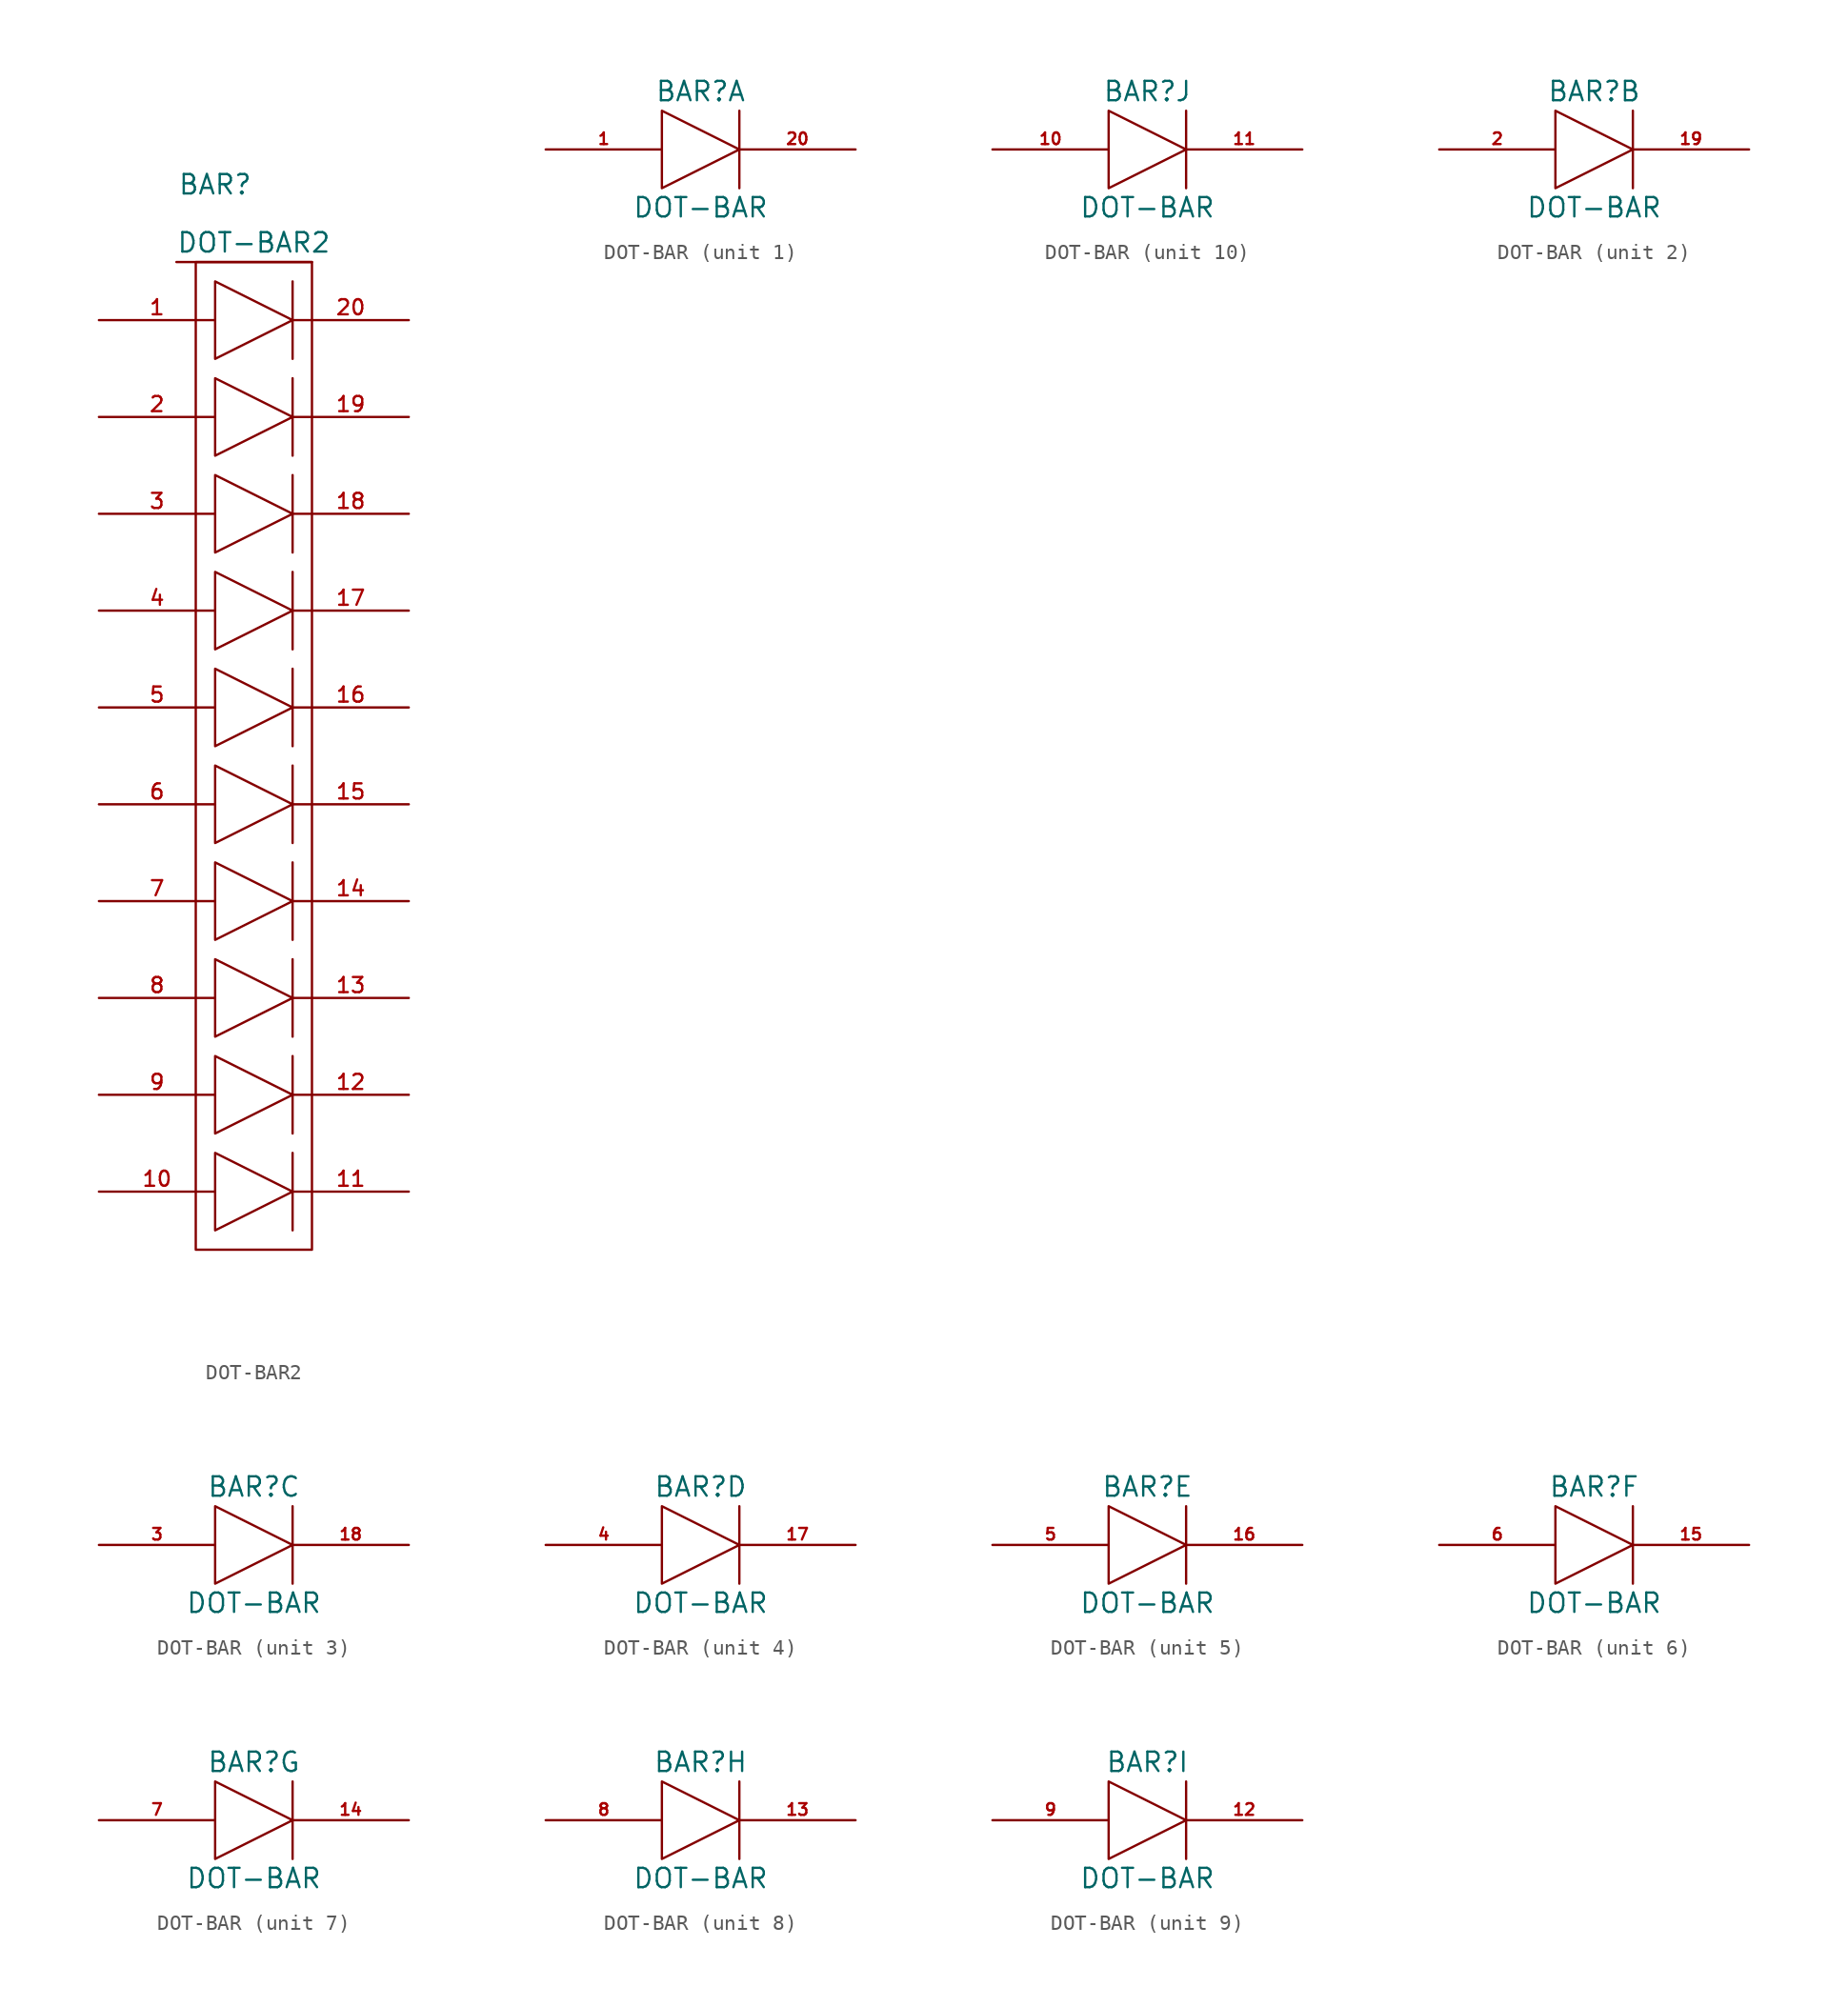
<source format=kicad_sym>
(kicad_symbol_lib
  (version 20211014)
  (generator kicad_symbol_editor)
  (symbol "DOT-BAR2"
    (pin_names
      (offset 1.016) hide)
    (property "Reference" "BAR"
      (at -2.54 36.83 0)
      (effects (font (size 1.27 1.27))))
    (property "Value" "DOT-BAR2"
      (at 0 33.02 0)
      (effects (font (size 1.27 1.27))))
    (symbol "DOT-BAR2_0_1"
      (rectangle (start -5.08 31.75) (end 3.81 31.75) (stroke (width 0) (type default) (color 0 0 0 0)) (fill (type none)))
      (rectangle (start -3.81 31.75) (end 3.81 -33.02) (stroke (width 0) (type default) (color 0 0 0 0)) (fill (type none)))
      (polyline (pts (xy 2.54 -31.75) (xy 2.54 -26.67) (xy 2.54 -26.67)) (stroke (width 0) (type default) (color 0 0 0 0)) (fill (type none)))
      (polyline (pts (xy 2.54 -25.4) (xy 2.54 -20.32) (xy 2.54 -20.32)) (stroke (width 0) (type default) (color 0 0 0 0)) (fill (type none)))
      (polyline (pts (xy 2.54 -19.05) (xy 2.54 -13.97) (xy 2.54 -13.97)) (stroke (width 0) (type default) (color 0 0 0 0)) (fill (type none)))
      (polyline (pts (xy 2.54 -12.7) (xy 2.54 -7.62) (xy 2.54 -7.62)) (stroke (width 0) (type default) (color 0 0 0 0)) (fill (type none)))
      (polyline (pts (xy 2.54 -6.35) (xy 2.54 -1.27) (xy 2.54 -1.27)) (stroke (width 0) (type default) (color 0 0 0 0)) (fill (type none)))
      (polyline (pts (xy 2.54 0) (xy 2.54 5.08) (xy 2.54 5.08)) (stroke (width 0) (type default) (color 0 0 0 0)) (fill (type none)))
      (polyline (pts (xy 2.54 6.35) (xy 2.54 11.43) (xy 2.54 11.43)) (stroke (width 0) (type default) (color 0 0 0 0)) (fill (type none)))
      (polyline (pts (xy 2.54 12.7) (xy 2.54 17.78) (xy 2.54 17.78)) (stroke (width 0) (type default) (color 0 0 0 0)) (fill (type none)))
      (polyline (pts (xy 2.54 19.05) (xy 2.54 24.13) (xy 2.54 24.13)) (stroke (width 0) (type default) (color 0 0 0 0)) (fill (type none)))
      (polyline (pts (xy 2.54 25.4) (xy 2.54 30.48) (xy 2.54 30.48)) (stroke (width 0) (type default) (color 0 0 0 0)) (fill (type none)))
      (polyline (pts (xy -2.54 -31.75) (xy -2.54 -26.67) (xy 2.54 -29.21) (xy -2.54 -31.75) (xy -2.54 -31.75)) (stroke (width 0) (type default) (color 0 0 0 0)) (fill (type none)))
      (polyline (pts (xy -2.54 -25.4) (xy -2.54 -20.32) (xy 2.54 -22.86) (xy -2.54 -25.4) (xy -2.54 -25.4)) (stroke (width 0) (type default) (color 0 0 0 0)) (fill (type none)))
      (polyline (pts (xy -2.54 -19.05) (xy -2.54 -13.97) (xy 2.54 -16.51) (xy -2.54 -19.05) (xy -2.54 -19.05)) (stroke (width 0) (type default) (color 0 0 0 0)) (fill (type none)))
      (polyline (pts (xy -2.54 -12.7) (xy -2.54 -7.62) (xy 2.54 -10.16) (xy -2.54 -12.7) (xy -2.54 -12.7)) (stroke (width 0) (type default) (color 0 0 0 0)) (fill (type none)))
      (polyline (pts (xy -2.54 -6.35) (xy -2.54 -1.27) (xy 2.54 -3.81) (xy -2.54 -6.35) (xy -2.54 -6.35)) (stroke (width 0) (type default) (color 0 0 0 0)) (fill (type none)))
      (polyline (pts (xy -2.54 0) (xy -2.54 5.08) (xy 2.54 2.54) (xy -2.54 0) (xy -2.54 0)) (stroke (width 0) (type default) (color 0 0 0 0)) (fill (type none)))
      (polyline (pts (xy -2.54 6.35) (xy -2.54 11.43) (xy 2.54 8.89) (xy -2.54 6.35) (xy -2.54 6.35)) (stroke (width 0) (type default) (color 0 0 0 0)) (fill (type none)))
      (polyline (pts (xy -2.54 12.7) (xy -2.54 17.78) (xy 2.54 15.24) (xy -2.54 12.7) (xy -2.54 12.7)) (stroke (width 0) (type default) (color 0 0 0 0)) (fill (type none)))
      (polyline (pts (xy -2.54 19.05) (xy -2.54 24.13) (xy 2.54 21.59) (xy -2.54 19.05) (xy -2.54 19.05)) (stroke (width 0) (type default) (color 0 0 0 0)) (fill (type none)))
      (polyline (pts (xy -2.54 25.4) (xy -2.54 30.48) (xy 2.54 27.94) (xy -2.54 25.4) (xy -2.54 25.4)) (stroke (width 0) (type default) (color 0 0 0 0)) (fill (type none))))
    (symbol "DOT-BAR2_1_1"
      (pin passive line (at -10.16 27.94 0) (length 7.62) (name "A" (effects (font (size 0.991 0.991)))) (number "1" (effects (font (size 0.991 0.991)))))
      (pin passive line (at -10.16 -29.21 0) (length 7.62) (name "A" (effects (font (size 0.991 0.991)))) (number "10" (effects (font (size 0.991 0.991)))))
      (pin passive line (at 10.16 -29.21 180) (length 7.62) (name "K" (effects (font (size 0.991 0.991)))) (number "11" (effects (font (size 0.991 0.991)))))
      (pin passive line (at 10.16 -22.86 180) (length 7.62) (name "K" (effects (font (size 0.991 0.991)))) (number "12" (effects (font (size 0.991 0.991)))))
      (pin passive line (at 10.16 -16.51 180) (length 7.62) (name "K" (effects (font (size 0.991 0.991)))) (number "13" (effects (font (size 0.991 0.991)))))
      (pin input line (at 10.16 -10.16 180) (length 7.62) (name "K" (effects (font (size 0.991 0.991)))) (number "14" (effects (font (size 0.991 0.991)))))
      (pin passive line (at 10.16 -3.81 180) (length 7.62) (name "K" (effects (font (size 0.991 0.991)))) (number "15" (effects (font (size 0.991 0.991)))))
      (pin passive line (at 10.16 2.54 180) (length 7.62) (name "K" (effects (font (size 0.991 0.991)))) (number "16" (effects (font (size 0.991 0.991)))))
      (pin passive line (at 10.16 8.89 180) (length 7.62) (name "K" (effects (font (size 0.991 0.991)))) (number "17" (effects (font (size 0.991 0.991)))))
      (pin passive line (at 10.16 15.24 180) (length 7.62) (name "K" (effects (font (size 0.991 0.991)))) (number "18" (effects (font (size 0.991 0.991)))))
      (pin passive line (at 10.16 21.59 180) (length 7.62) (name "K" (effects (font (size 0.991 0.991)))) (number "19" (effects (font (size 0.991 0.991)))))
      (pin passive line (at -10.16 21.59 0) (length 7.62) (name "A" (effects (font (size 0.991 0.991)))) (number "2" (effects (font (size 0.991 0.991)))))
      (pin passive line (at 10.16 27.94 180) (length 7.62) (name "K" (effects (font (size 0.991 0.991)))) (number "20" (effects (font (size 0.991 0.991)))))
      (pin passive line (at -10.16 15.24 0) (length 7.62) (name "A" (effects (font (size 0.991 0.991)))) (number "3" (effects (font (size 0.991 0.991)))))
      (pin passive line (at -10.16 8.89 0) (length 7.62) (name "A" (effects (font (size 0.991 0.991)))) (number "4" (effects (font (size 0.991 0.991)))))
      (pin passive line (at -10.16 2.54 0) (length 7.62) (name "A" (effects (font (size 0.991 0.991)))) (number "5" (effects (font (size 0.991 0.991)))))
      (pin passive line (at -10.16 -3.81 0) (length 7.62) (name "A" (effects (font (size 0.991 0.991)))) (number "6" (effects (font (size 0.991 0.991)))))
      (pin input line (at -10.16 -10.16 0) (length 7.62) (name "A" (effects (font (size 0.991 0.991)))) (number "7" (effects (font (size 0.991 0.991)))))
      (pin passive line (at -10.16 -16.51 0) (length 7.62) (name "A" (effects (font (size 0.991 0.991)))) (number "8" (effects (font (size 0.991 0.991)))))
      (pin passive line (at -10.16 -22.86 0) (length 7.62) (name "A" (effects (font (size 0.991 0.991)))) (number "9" (effects (font (size 0.991 0.991)))))))
  (symbol "DOT-BAR"
    (pin_names
      (offset 1.016) hide)
    (property "Reference" "BAR"
      (at 0 3.81 0)
      (effects (font (size 1.27 1.27))))
    (property "Value" "DOT-BAR"
      (at 0 -3.81 0)
      (effects (font (size 1.27 1.27))))
    (symbol "DOT-BAR_0_1"
      (polyline (pts (xy 2.54 -2.54) (xy 2.54 2.54) (xy 2.54 2.54)) (stroke (width 0) (type default) (color 0 0 0 0)) (fill (type none)))
      (polyline (pts (xy -2.54 -2.54) (xy -2.54 2.54) (xy 2.54 0) (xy -2.54 -2.54) (xy -2.54 -2.54)) (stroke (width 0) (type default) (color 0 0 0 0)) (fill (type none))))
    (symbol "DOT-BAR_1_1"
      (pin passive line (at -10.16 0 0) (length 7.62) (name "A" (effects (font (size 0.762 0.762)))) (number "1" (effects (font (size 0.762 0.762)))))
      (pin passive line (at 10.16 0 180) (length 7.62) (name "K" (effects (font (size 0.762 0.762)))) (number "20" (effects (font (size 0.762 0.762))))))
    (symbol "DOT-BAR_2_1"
      (pin passive line (at 10.16 0 180) (length 7.62) (name "K" (effects (font (size 0.762 0.762)))) (number "19" (effects (font (size 0.762 0.762)))))
      (pin passive line (at -10.16 0 0) (length 7.62) (name "A" (effects (font (size 0.762 0.762)))) (number "2" (effects (font (size 0.762 0.762))))))
    (symbol "DOT-BAR_3_1"
      (pin passive line (at 10.16 0 180) (length 7.62) (name "K" (effects (font (size 0.762 0.762)))) (number "18" (effects (font (size 0.762 0.762)))))
      (pin passive line (at -10.16 0 0) (length 7.62) (name "A" (effects (font (size 0.762 0.762)))) (number "3" (effects (font (size 0.762 0.762))))))
    (symbol "DOT-BAR_4_1"
      (pin passive line (at 10.16 0 180) (length 7.62) (name "K" (effects (font (size 0.762 0.762)))) (number "17" (effects (font (size 0.762 0.762)))))
      (pin passive line (at -10.16 0 0) (length 7.62) (name "A" (effects (font (size 0.762 0.762)))) (number "4" (effects (font (size 0.762 0.762))))))
    (symbol "DOT-BAR_5_1"
      (pin passive line (at 10.16 0 180) (length 7.62) (name "K" (effects (font (size 0.762 0.762)))) (number "16" (effects (font (size 0.762 0.762)))))
      (pin passive line (at -10.16 0 0) (length 7.62) (name "A" (effects (font (size 0.762 0.762)))) (number "5" (effects (font (size 0.762 0.762))))))
    (symbol "DOT-BAR_6_1"
      (pin passive line (at 10.16 0 180) (length 7.62) (name "K" (effects (font (size 0.762 0.762)))) (number "15" (effects (font (size 0.762 0.762)))))
      (pin passive line (at -10.16 0 0) (length 7.62) (name "A" (effects (font (size 0.762 0.762)))) (number "6" (effects (font (size 0.762 0.762))))))
    (symbol "DOT-BAR_7_1"
      (pin passive line (at 10.16 0 180) (length 7.62) (name "K" (effects (font (size 0.762 0.762)))) (number "14" (effects (font (size 0.762 0.762)))))
      (pin passive line (at -10.16 0 0) (length 7.62) (name "A" (effects (font (size 0.762 0.762)))) (number "7" (effects (font (size 0.762 0.762))))))
    (symbol "DOT-BAR_8_1"
      (pin passive line (at 10.16 0 180) (length 7.62) (name "K" (effects (font (size 0.762 0.762)))) (number "13" (effects (font (size 0.762 0.762)))))
      (pin passive line (at -10.16 0 0) (length 7.62) (name "A" (effects (font (size 0.762 0.762)))) (number "8" (effects (font (size 0.762 0.762))))))
    (symbol "DOT-BAR_9_1"
      (pin passive line (at 10.16 0 180) (length 7.62) (name "K" (effects (font (size 0.762 0.762)))) (number "12" (effects (font (size 0.762 0.762)))))
      (pin passive line (at -10.16 0 0) (length 7.62) (name "A" (effects (font (size 0.762 0.762)))) (number "9" (effects (font (size 0.762 0.762))))))
    (symbol "DOT-BAR_10_1"
      (pin passive line (at -10.16 0 0) (length 7.62) (name "A" (effects (font (size 0.762 0.762)))) (number "10" (effects (font (size 0.762 0.762)))))
      (pin passive line (at 10.16 0 180) (length 7.62) (name "K" (effects (font (size 0.762 0.762)))) (number "11" (effects (font (size 0.762 0.762))))))))
</source>
